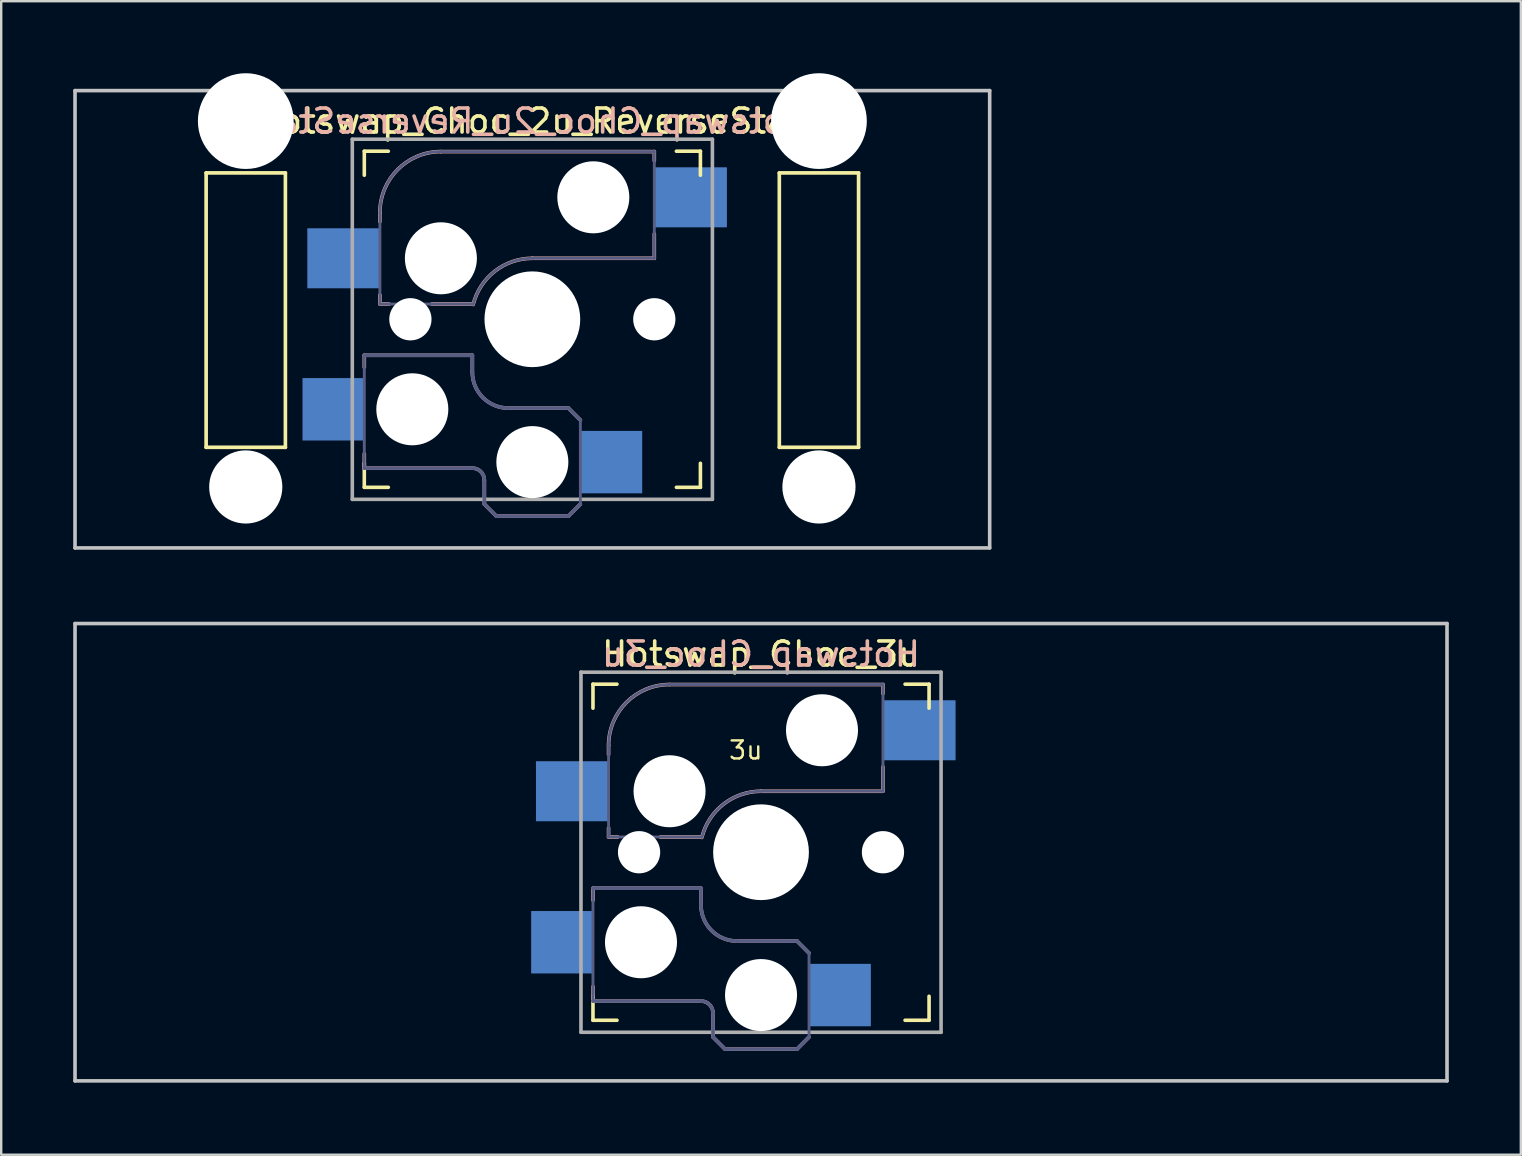
<source format=kicad_pcb>
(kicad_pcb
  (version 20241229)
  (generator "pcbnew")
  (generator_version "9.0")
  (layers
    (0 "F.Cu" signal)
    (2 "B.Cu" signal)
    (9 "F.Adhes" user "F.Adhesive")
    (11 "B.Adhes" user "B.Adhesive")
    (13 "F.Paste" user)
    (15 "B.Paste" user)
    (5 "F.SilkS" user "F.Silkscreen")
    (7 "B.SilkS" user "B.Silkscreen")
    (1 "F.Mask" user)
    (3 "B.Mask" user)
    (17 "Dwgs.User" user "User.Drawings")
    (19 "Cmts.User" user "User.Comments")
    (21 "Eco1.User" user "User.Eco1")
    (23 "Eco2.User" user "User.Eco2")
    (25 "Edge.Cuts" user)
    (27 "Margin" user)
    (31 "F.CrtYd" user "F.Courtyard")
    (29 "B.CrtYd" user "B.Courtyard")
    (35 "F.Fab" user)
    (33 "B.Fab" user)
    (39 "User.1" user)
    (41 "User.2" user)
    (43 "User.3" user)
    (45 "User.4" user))
  (footprint "Hotswap_Choc_2u_ReverseStab"
    (layer "F.Cu")
    (at 19.125 10.249)
    (property "Reference" "Hotswap_Choc_2u_ReverseStab" (at 0 -8.255 0) (layer "F.SilkS") (effects (font (size 1 1) (thickness 0.15))))
    (attr through_hole)
    (fp_line (start -13.589 -6.096) (end -13.589 5.334) (stroke (width 0.152) (type solid)) (layer "F.SilkS"))
    (fp_line (start -13.589 5.334) (end -10.287 5.334) (stroke (width 0.152) (type solid)) (layer "F.SilkS"))
    (fp_line (start -10.287 -6.096) (end -13.589 -6.096) (stroke (width 0.152) (type solid)) (layer "F.SilkS"))
    (fp_line (start -10.287 5.334) (end -10.287 -6.096) (stroke (width 0.152) (type solid)) (layer "F.SilkS"))
    (fp_line (start -7 -6) (end -7 -7) (stroke (width 0.15) (type solid)) (layer "F.SilkS"))
    (fp_line (start -7 7) (end -7 6) (stroke (width 0.15) (type solid)) (layer "F.SilkS"))
    (fp_line (start -7 7) (end -6 7) (stroke (width 0.15) (type solid)) (layer "F.SilkS"))
    (fp_line (start -6 -7) (end -7 -7) (stroke (width 0.15) (type solid)) (layer "F.SilkS"))
    (fp_line (start 6 7) (end 7 7) (stroke (width 0.15) (type solid)) (layer "F.SilkS"))
    (fp_line (start 7 -7) (end 6 -7) (stroke (width 0.15) (type solid)) (layer "F.SilkS"))
    (fp_line (start 7 -7) (end 7 -6) (stroke (width 0.15) (type solid)) (layer "F.SilkS"))
    (fp_line (start 7 6) (end 7 7) (stroke (width 0.15) (type solid)) (layer "F.SilkS"))
    (fp_line (start 10.287 -6.096) (end 10.287 5.334) (stroke (width 0.152) (type solid)) (layer "F.SilkS"))
    (fp_line (start 10.287 5.334) (end 13.589 5.334) (stroke (width 0.152) (type solid)) (layer "F.SilkS"))
    (fp_line (start 13.589 -6.096) (end 10.287 -6.096) (stroke (width 0.152) (type solid)) (layer "F.SilkS"))
    (fp_line (start 13.589 5.334) (end 13.589 -6.096) (stroke (width 0.152) (type solid)) (layer "F.SilkS"))
    (fp_line (start -7 1.5) (end -7 2) (stroke (width 0.15) (type solid)) (layer "B.SilkS"))
    (fp_line (start -7 5.6) (end -7 6.2) (stroke (width 0.15) (type solid)) (layer "B.SilkS"))
    (fp_line (start -7 6.2) (end -2.5 6.2) (stroke (width 0.15) (type solid)) (layer "B.SilkS"))
    (fp_line (start -6.35 -4.445) (end -6.35 -4.064) (stroke (width 0.15) (type solid)) (layer "B.SilkS"))
    (fp_line (start -6.35 -1.016) (end -6.35 -0.635) (stroke (width 0.15) (type solid)) (layer "B.SilkS"))
    (fp_line (start -6.35 -0.635) (end -5.969 -0.635) (stroke (width 0.15) (type solid)) (layer "B.SilkS"))
    (fp_line (start -4.191 -0.635) (end -2.54 -0.635) (stroke (width 0.15) (type solid)) (layer "B.SilkS"))
    (fp_line (start -2.5 1.5) (end -7 1.5) (stroke (width 0.15) (type solid)) (layer "B.SilkS"))
    (fp_line (start -2.5 2.2) (end -2.5 1.5) (stroke (width 0.15) (type solid)) (layer "B.SilkS"))
    (fp_line (start -2 6.7) (end -2 7.7) (stroke (width 0.15) (type solid)) (layer "B.SilkS"))
    (fp_line (start -1.5 8.2) (end -2 7.7) (stroke (width 0.15) (type solid)) (layer "B.SilkS"))
    (fp_line (start 0 -2.54) (end 5.08 -2.54) (stroke (width 0.15) (type solid)) (layer "B.SilkS"))
    (fp_line (start 1.5 3.7) (end -1 3.7) (stroke (width 0.15) (type solid)) (layer "B.SilkS"))
    (fp_line (start 1.5 8.2) (end -1.5 8.2) (stroke (width 0.15) (type solid)) (layer "B.SilkS"))
    (fp_line (start 2 4.2) (end 1.5 3.7) (stroke (width 0.15) (type solid)) (layer "B.SilkS"))
    (fp_line (start 2 7.7) (end 1.5 8.2) (stroke (width 0.15) (type solid)) (layer "B.SilkS"))
    (fp_line (start 5.08 -6.985) (end -3.81 -6.985) (stroke (width 0.15) (type solid)) (layer "B.SilkS"))
    (fp_line (start 5.08 -6.604) (end 5.08 -6.985) (stroke (width 0.15) (type solid)) (layer "B.SilkS"))
    (fp_line (start 5.08 -2.54) (end 5.08 -3.556) (stroke (width 0.15) (type solid)) (layer "B.SilkS"))
    (fp_arc (start -6.35 -4.445) (mid -5.606051 -6.241051) (end -3.81 -6.985) (stroke (width 0.15) (type solid)) (layer "B.SilkS"))
    (fp_arc (start -2.5 6.2) (mid -2.146447 6.346447) (end -2 6.7) (stroke (width 0.15) (type solid)) (layer "B.SilkS"))
    (fp_arc (start -2.464162 -0.61604) (mid -1.563147 -2.002042) (end 0 -2.54) (stroke (width 0.15) (type solid)) (layer "B.SilkS"))
    (fp_arc (start -1 3.7) (mid -2.06066 3.26066) (end -2.5 2.2) (stroke (width 0.15) (type solid)) (layer "B.SilkS"))
    (fp_line (start -19.05 -9.525) (end 19.05 -9.525) (stroke (width 0.15) (type solid)) (layer "Dwgs.User"))
    (fp_line (start -19.05 9.525) (end -19.05 -9.525) (stroke (width 0.15) (type solid)) (layer "Dwgs.User"))
    (fp_line (start 19.05 -9.525) (end 19.05 9.525) (stroke (width 0.15) (type solid)) (layer "Dwgs.User"))
    (fp_line (start 19.05 9.525) (end -19.05 9.525) (stroke (width 0.15) (type solid)) (layer "Dwgs.User"))
    (fp_line (start -6.9 6.9) (end -6.9 -6.9) (stroke (width 0.15) (type solid)) (layer "Eco2.User"))
    (fp_line (start -6.9 6.9) (end 6.9 6.9) (stroke (width 0.15) (type solid)) (layer "Eco2.User"))
    (fp_line (start 6.9 -6.9) (end -6.9 -6.9) (stroke (width 0.15) (type solid)) (layer "Eco2.User"))
    (fp_line (start 6.9 -6.9) (end 6.9 6.9) (stroke (width 0.15) (type solid)) (layer "Eco2.User"))
    (fp_line (start -7 1.5) (end -7 6.2) (stroke (width 0.12) (type solid)) (layer "B.Fab"))
    (fp_line (start -7 6.2) (end -2.5 6.2) (stroke (width 0.15) (type solid)) (layer "B.Fab"))
    (fp_line (start -6.35 -4.445) (end -6.35 -0.635) (stroke (width 0.12) (type solid)) (layer "B.Fab"))
    (fp_line (start -6.35 -0.635) (end -2.54 -0.635) (stroke (width 0.12) (type solid)) (layer "B.Fab"))
    (fp_line (start -2.5 1.5) (end -7 1.5) (stroke (width 0.15) (type solid)) (layer "B.Fab"))
    (fp_line (start -2.5 2.2) (end -2.5 1.5) (stroke (width 0.15) (type solid)) (layer "B.Fab"))
    (fp_line (start -2 6.7) (end -2 7.7) (stroke (width 0.15) (type solid)) (layer "B.Fab"))
    (fp_line (start -1.5 8.2) (end -2 7.7) (stroke (width 0.15) (type solid)) (layer "B.Fab"))
    (fp_line (start 0 -2.54) (end 5.08 -2.54) (stroke (width 0.12) (type solid)) (layer "B.Fab"))
    (fp_line (start 1.5 3.7) (end -1 3.7) (stroke (width 0.15) (type solid)) (layer "B.Fab"))
    (fp_line (start 1.5 8.2) (end -1.5 8.2) (stroke (width 0.15) (type solid)) (layer "B.Fab"))
    (fp_line (start 2 4.2) (end 1.5 3.7) (stroke (width 0.15) (type solid)) (layer "B.Fab"))
    (fp_line (start 2 4.25) (end 2 7.7) (stroke (width 0.12) (type solid)) (layer "B.Fab"))
    (fp_line (start 2 7.7) (end 1.5 8.2) (stroke (width 0.15) (type solid)) (layer "B.Fab"))
    (fp_line (start 5.08 -6.985) (end -3.81 -6.985) (stroke (width 0.12) (type solid)) (layer "B.Fab"))
    (fp_line (start 5.08 -2.54) (end 5.08 -6.985) (stroke (width 0.12) (type solid)) (layer "B.Fab"))
    (fp_arc (start -6.35 -4.445) (mid -5.606051 -6.241051) (end -3.81 -6.985) (stroke (width 0.12) (type solid)) (layer "B.Fab"))
    (fp_arc (start -2.5 6.2) (mid -2.146447 6.346447) (end -2 6.7) (stroke (width 0.15) (type solid)) (layer "B.Fab"))
    (fp_arc (start -2.464162 -0.61604) (mid -1.563147 -2.002042) (end 0 -2.54) (stroke (width 0.12) (type solid)) (layer "B.Fab"))
    (fp_arc (start -1 3.7) (mid -2.06066 3.26066) (end -2.5 2.2) (stroke (width 0.15) (type solid)) (layer "B.Fab"))
    (fp_line (start -7.5 -7.5) (end 7.5 -7.5) (stroke (width 0.15) (type solid)) (layer "F.Fab"))
    (fp_line (start -7.5 7.5) (end -7.5 -7.5) (stroke (width 0.15) (type solid)) (layer "F.Fab"))
    (fp_line (start 7.5 -7.5) (end 7.5 7.5) (stroke (width 0.15) (type solid)) (layer "F.Fab"))
    (fp_line (start 7.5 7.5) (end -7.5 7.5) (stroke (width 0.15) (type solid)) (layer "F.Fab"))
    (fp_text user "${REFERENCE}" (at 0 -8.255 0) (layer "B.SilkS") (effects (font (size 1 1) (thickness 0.15)) (justify mirror)))
    (pad "" np_thru_hole circle (at -11.938 -8.255 180) (size 3.988 3.988) (drill 3.988) (layers "*.Cu" "*.Mask"))
    (pad "" np_thru_hole circle (at -11.938 6.985 180) (size 3.048 3.048) (drill 3.048) (layers "*.Cu" "*.Mask"))
    (pad "" np_thru_hole circle (at -5.08 0 180) (size 1.76 1.76) (drill 1.76) (layers "*.Cu" "*.Mask"))
    (pad "" np_thru_hole circle (at -5 3.75) (size 3 3) (drill 3) (layers "*.Cu" "*.Mask"))
    (pad "" np_thru_hole circle (at -3.81 -2.54 180) (size 3 3) (drill 3) (layers "*.Cu" "*.Mask"))
    (pad "" np_thru_hole circle (at 0 0 180) (size 3.988 3.988) (drill 3.988) (layers "*.Cu" "*.Mask"))
    (pad "" np_thru_hole circle (at 0 5.95) (size 3 3) (drill 3) (layers "*.Cu" "*.Mask"))
    (pad "" np_thru_hole circle (at 2.54 -5.08 180) (size 3 3) (drill 3) (layers "*.Cu" "*.Mask"))
    (pad "" np_thru_hole circle (at 5.08 0 180) (size 1.76 1.76) (drill 1.76) (layers "*.Cu" "*.Mask"))
    (pad "" np_thru_hole circle (at 11.938 -8.255 180) (size 3.988 3.988) (drill 3.988) (layers "*.Cu" "*.Mask"))
    (pad "" np_thru_hole circle (at 11.938 6.985 180) (size 3.048 3.048) (drill 3.048) (layers "*.Cu" "*.Mask"))
    (pad "1" smd rect (at -8.275 3.75) (size 2.6 2.6) (layers "B.Cu" "B.Mask" "B.Paste"))
    (pad "1" smd rect (at -7.874 -2.54 180) (size 3 2.5) (layers "B.Cu" "B.Mask" "B.Paste"))
    (pad "2" smd rect (at 3.275 5.95) (size 2.6 2.6) (layers "B.Cu" "B.Mask" "B.Paste"))
    (pad "2" smd rect (at 6.604 -5.08 180) (size 3 2.5) (layers "B.Cu" "B.Mask" "B.Paste")))
  (footprint "Hotswap_Choc_3u"
    (layer "F.Cu")
    (at 28.65 32.449)
    (property "Reference" "Hotswap_Choc_3u" (at 0 -8.255 0) (layer "F.SilkS") (effects (font (size 1 1) (thickness 0.15))))
    (attr through_hole)
    (fp_line (start -7 -6) (end -7 -7) (stroke (width 0.15) (type solid)) (layer "F.SilkS"))
    (fp_line (start -7 7) (end -7 6) (stroke (width 0.15) (type solid)) (layer "F.SilkS"))
    (fp_line (start -7 7) (end -6 7) (stroke (width 0.15) (type solid)) (layer "F.SilkS"))
    (fp_line (start -6 -7) (end -7 -7) (stroke (width 0.15) (type solid)) (layer "F.SilkS"))
    (fp_line (start 6 7) (end 7 7) (stroke (width 0.15) (type solid)) (layer "F.SilkS"))
    (fp_line (start 7 -7) (end 6 -7) (stroke (width 0.15) (type solid)) (layer "F.SilkS"))
    (fp_line (start 7 -7) (end 7 -6) (stroke (width 0.15) (type solid)) (layer "F.SilkS"))
    (fp_line (start 7 6) (end 7 7) (stroke (width 0.15) (type solid)) (layer "F.SilkS"))
    (fp_line (start -7 1.5) (end -7 2) (stroke (width 0.15) (type solid)) (layer "B.SilkS"))
    (fp_line (start -7 5.6) (end -7 6.2) (stroke (width 0.15) (type solid)) (layer "B.SilkS"))
    (fp_line (start -7 6.2) (end -2.5 6.2) (stroke (width 0.15) (type solid)) (layer "B.SilkS"))
    (fp_line (start -6.35 -4.445) (end -6.35 -4.064) (stroke (width 0.15) (type solid)) (layer "B.SilkS"))
    (fp_line (start -6.35 -1.016) (end -6.35 -0.635) (stroke (width 0.15) (type solid)) (layer "B.SilkS"))
    (fp_line (start -6.35 -0.635) (end -5.969 -0.635) (stroke (width 0.15) (type solid)) (layer "B.SilkS"))
    (fp_line (start -4.191 -0.635) (end -2.54 -0.635) (stroke (width 0.15) (type solid)) (layer "B.SilkS"))
    (fp_line (start -2.5 1.5) (end -7 1.5) (stroke (width 0.15) (type solid)) (layer "B.SilkS"))
    (fp_line (start -2.5 2.2) (end -2.5 1.5) (stroke (width 0.15) (type solid)) (layer "B.SilkS"))
    (fp_line (start -2 6.7) (end -2 7.7) (stroke (width 0.15) (type solid)) (layer "B.SilkS"))
    (fp_line (start -1.5 8.2) (end -2 7.7) (stroke (width 0.15) (type solid)) (layer "B.SilkS"))
    (fp_line (start 0 -2.54) (end 5.08 -2.54) (stroke (width 0.15) (type solid)) (layer "B.SilkS"))
    (fp_line (start 1.5 3.7) (end -1 3.7) (stroke (width 0.15) (type solid)) (layer "B.SilkS"))
    (fp_line (start 1.5 8.2) (end -1.5 8.2) (stroke (width 0.15) (type solid)) (layer "B.SilkS"))
    (fp_line (start 2 4.2) (end 1.5 3.7) (stroke (width 0.15) (type solid)) (layer "B.SilkS"))
    (fp_line (start 2 7.7) (end 1.5 8.2) (stroke (width 0.15) (type solid)) (layer "B.SilkS"))
    (fp_line (start 5.08 -6.985) (end -3.81 -6.985) (stroke (width 0.15) (type solid)) (layer "B.SilkS"))
    (fp_line (start 5.08 -6.604) (end 5.08 -6.985) (stroke (width 0.15) (type solid)) (layer "B.SilkS"))
    (fp_line (start 5.08 -2.54) (end 5.08 -3.556) (stroke (width 0.15) (type solid)) (layer "B.SilkS"))
    (fp_arc (start -6.35 -4.445) (mid -5.606051 -6.241051) (end -3.81 -6.985) (stroke (width 0.15) (type solid)) (layer "B.SilkS"))
    (fp_arc (start -2.5 6.2) (mid -2.146447 6.346447) (end -2 6.7) (stroke (width 0.15) (type solid)) (layer "B.SilkS"))
    (fp_arc (start -2.464162 -0.61604) (mid -1.563147 -2.002042) (end 0 -2.54) (stroke (width 0.15) (type solid)) (layer "B.SilkS"))
    (fp_arc (start -1 3.7) (mid -2.06066 3.26066) (end -2.5 2.2) (stroke (width 0.15) (type solid)) (layer "B.SilkS"))
    (fp_line (start -28.575 -9.525) (end 28.575 -9.525) (stroke (width 0.15) (type solid)) (layer "Dwgs.User"))
    (fp_line (start -28.575 9.525) (end -28.575 -9.525) (stroke (width 0.15) (type solid)) (layer "Dwgs.User"))
    (fp_line (start -28.575 9.525) (end 28.575 9.525) (stroke (width 0.15) (type solid)) (layer "Dwgs.User"))
    (fp_line (start 28.575 -9.525) (end 28.575 9.525) (stroke (width 0.15) (type solid)) (layer "Dwgs.User"))
    (fp_line (start -6.9 6.9) (end -6.9 -6.9) (stroke (width 0.15) (type solid)) (layer "Eco2.User"))
    (fp_line (start -6.9 6.9) (end 6.9 6.9) (stroke (width 0.15) (type solid)) (layer "Eco2.User"))
    (fp_line (start 6.9 -6.9) (end -6.9 -6.9) (stroke (width 0.15) (type solid)) (layer "Eco2.User"))
    (fp_line (start 6.9 -6.9) (end 6.9 6.9) (stroke (width 0.15) (type solid)) (layer "Eco2.User"))
    (fp_line (start -7 1.5) (end -7 6.2) (stroke (width 0.12) (type solid)) (layer "B.Fab"))
    (fp_line (start -7 6.2) (end -2.5 6.2) (stroke (width 0.15) (type solid)) (layer "B.Fab"))
    (fp_line (start -6.35 -4.445) (end -6.35 -0.635) (stroke (width 0.12) (type solid)) (layer "B.Fab"))
    (fp_line (start -6.35 -0.635) (end -2.54 -0.635) (stroke (width 0.12) (type solid)) (layer "B.Fab"))
    (fp_line (start -2.5 1.5) (end -7 1.5) (stroke (width 0.15) (type solid)) (layer "B.Fab"))
    (fp_line (start -2.5 2.2) (end -2.5 1.5) (stroke (width 0.15) (type solid)) (layer "B.Fab"))
    (fp_line (start -2 6.7) (end -2 7.7) (stroke (width 0.15) (type solid)) (layer "B.Fab"))
    (fp_line (start -1.5 8.2) (end -2 7.7) (stroke (width 0.15) (type solid)) (layer "B.Fab"))
    (fp_line (start 0 -2.54) (end 5.08 -2.54) (stroke (width 0.12) (type solid)) (layer "B.Fab"))
    (fp_line (start 1.5 3.7) (end -1 3.7) (stroke (width 0.15) (type solid)) (layer "B.Fab"))
    (fp_line (start 1.5 8.2) (end -1.5 8.2) (stroke (width 0.15) (type solid)) (layer "B.Fab"))
    (fp_line (start 2 4.2) (end 1.5 3.7) (stroke (width 0.15) (type solid)) (layer "B.Fab"))
    (fp_line (start 2 4.25) (end 2 7.7) (stroke (width 0.12) (type solid)) (layer "B.Fab"))
    (fp_line (start 2 7.7) (end 1.5 8.2) (stroke (width 0.15) (type solid)) (layer "B.Fab"))
    (fp_line (start 5.08 -6.985) (end -3.81 -6.985) (stroke (width 0.12) (type solid)) (layer "B.Fab"))
    (fp_line (start 5.08 -2.54) (end 5.08 -6.985) (stroke (width 0.12) (type solid)) (layer "B.Fab"))
    (fp_arc (start -6.35 -4.445) (mid -5.606051 -6.241051) (end -3.81 -6.985) (stroke (width 0.12) (type solid)) (layer "B.Fab"))
    (fp_arc (start -2.5 6.2) (mid -2.146447 6.346447) (end -2 6.7) (stroke (width 0.15) (type solid)) (layer "B.Fab"))
    (fp_arc (start -2.464162 -0.61604) (mid -1.563147 -2.002042) (end 0 -2.54) (stroke (width 0.12) (type solid)) (layer "B.Fab"))
    (fp_arc (start -1 3.7) (mid -2.06066 3.26066) (end -2.5 2.2) (stroke (width 0.15) (type solid)) (layer "B.Fab"))
    (fp_line (start -7.5 -7.5) (end 7.5 -7.5) (stroke (width 0.15) (type solid)) (layer "F.Fab"))
    (fp_line (start -7.5 7.5) (end -7.5 -7.5) (stroke (width 0.15) (type solid)) (layer "F.Fab"))
    (fp_line (start 7.5 -7.5) (end 7.5 7.5) (stroke (width 0.15) (type solid)) (layer "F.Fab"))
    (fp_line (start 7.5 7.5) (end -7.5 7.5) (stroke (width 0.15) (type solid)) (layer "F.Fab"))
    (fp_text user "3u" (at -0.635 -3.81 0) (unlocked yes) (layer "F.SilkS") (effects (font (size 0.75 0.75) (thickness 0.1)) (justify bottom)))
    (fp_text user "${REFERENCE}" (at 0 -8.255 0) (layer "B.SilkS") (effects (font (size 1 1) (thickness 0.15)) (justify mirror)))
    (pad "" np_thru_hole circle (at -5.08 0 180) (size 1.76 1.76) (drill 1.76) (layers "*.Cu" "*.Mask"))
    (pad "" np_thru_hole circle (at -5 3.75) (size 3 3) (drill 3) (layers "*.Cu" "*.Mask"))
    (pad "" np_thru_hole circle (at -3.81 -2.54 180) (size 3 3) (drill 3) (layers "*.Cu" "*.Mask"))
    (pad "" np_thru_hole circle (at 0 0 180) (size 3.988 3.988) (drill 3.988) (layers "*.Cu" "*.Mask"))
    (pad "" np_thru_hole circle (at 0 5.95) (size 3 3) (drill 3) (layers "*.Cu" "*.Mask"))
    (pad "" np_thru_hole circle (at 2.54 -5.08 180) (size 3 3) (drill 3) (layers "*.Cu" "*.Mask"))
    (pad "" np_thru_hole circle (at 5.08 0 180) (size 1.76 1.76) (drill 1.76) (layers "*.Cu" "*.Mask"))
    (pad "1" smd rect (at -8.275 3.75) (size 2.6 2.6) (layers "B.Cu" "B.Mask" "B.Paste"))
    (pad "1" smd rect (at -7.874 -2.54 180) (size 3 2.5) (layers "B.Cu" "B.Mask" "B.Paste"))
    (pad "2" smd rect (at 3.275 5.95) (size 2.6 2.6) (layers "B.Cu" "B.Mask" "B.Paste"))
    (pad "2" smd rect (at 6.604 -5.08 180) (size 3 2.5) (layers "B.Cu" "B.Mask" "B.Paste")))
  (gr_rect
    (start -3 -3)
    (end 60.3 45.049)
    (stroke (width 0.1) (type default))
    (fill no)
    (layer "Edge.Cuts")))
</source>
